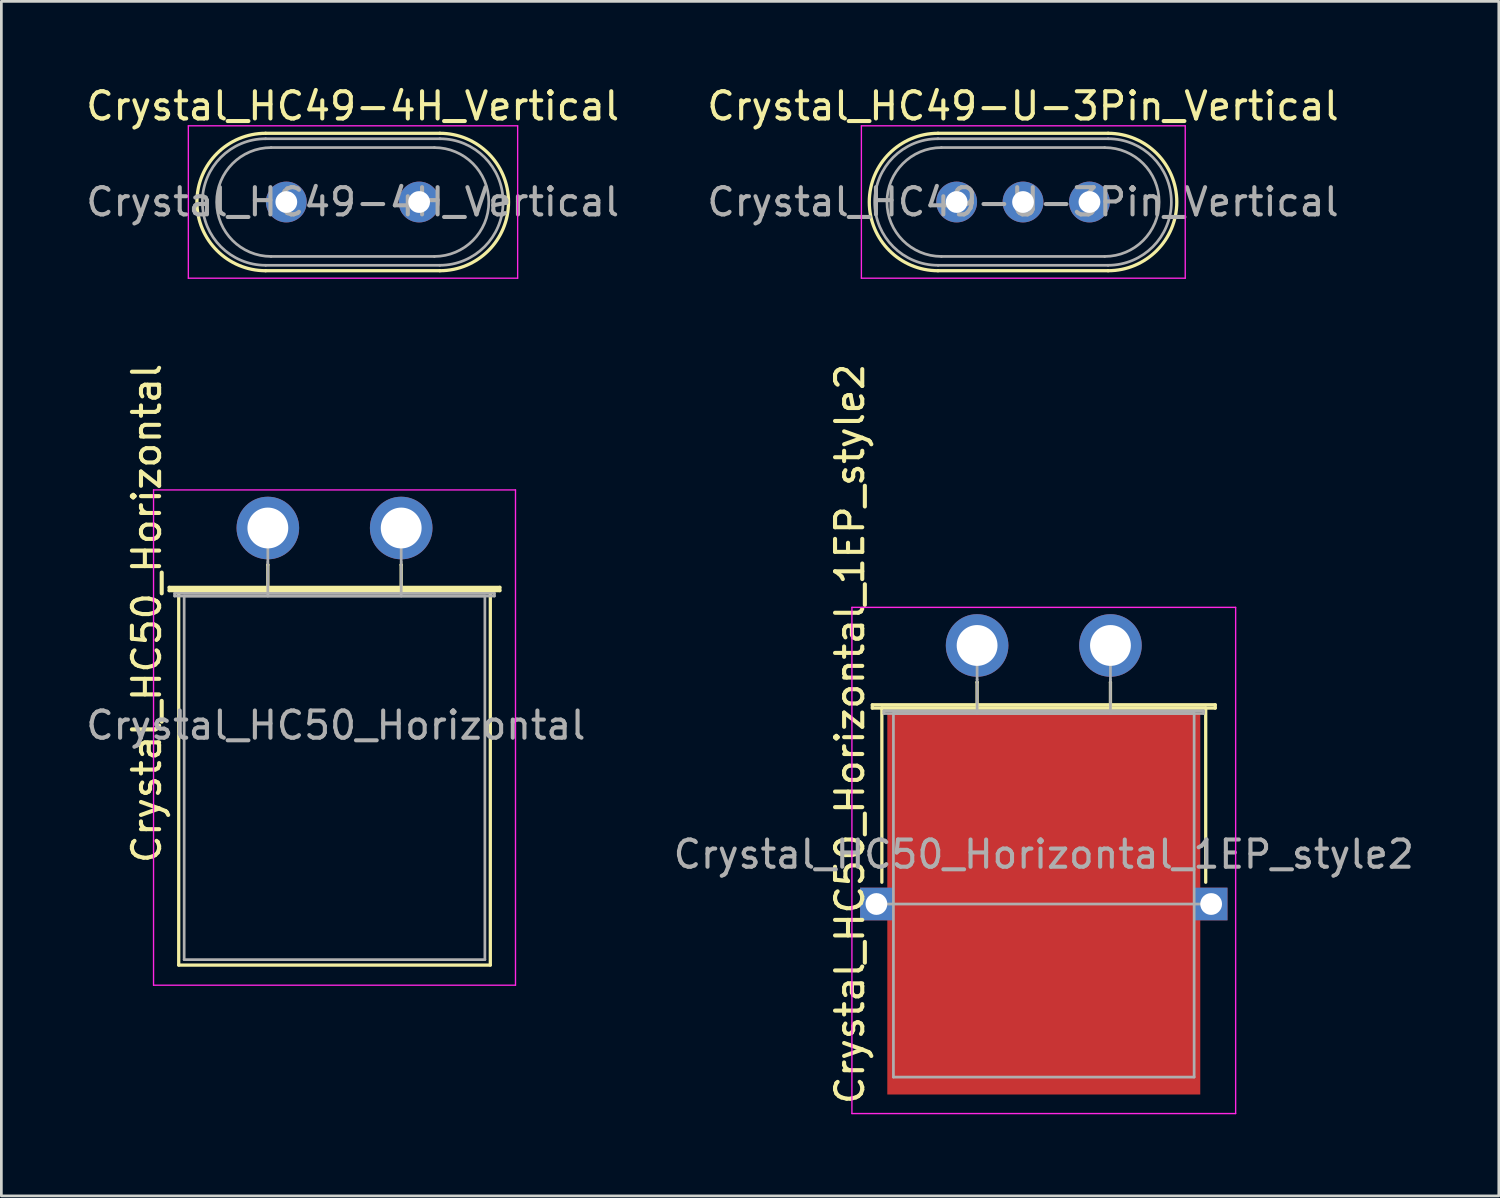
<source format=kicad_pcb>
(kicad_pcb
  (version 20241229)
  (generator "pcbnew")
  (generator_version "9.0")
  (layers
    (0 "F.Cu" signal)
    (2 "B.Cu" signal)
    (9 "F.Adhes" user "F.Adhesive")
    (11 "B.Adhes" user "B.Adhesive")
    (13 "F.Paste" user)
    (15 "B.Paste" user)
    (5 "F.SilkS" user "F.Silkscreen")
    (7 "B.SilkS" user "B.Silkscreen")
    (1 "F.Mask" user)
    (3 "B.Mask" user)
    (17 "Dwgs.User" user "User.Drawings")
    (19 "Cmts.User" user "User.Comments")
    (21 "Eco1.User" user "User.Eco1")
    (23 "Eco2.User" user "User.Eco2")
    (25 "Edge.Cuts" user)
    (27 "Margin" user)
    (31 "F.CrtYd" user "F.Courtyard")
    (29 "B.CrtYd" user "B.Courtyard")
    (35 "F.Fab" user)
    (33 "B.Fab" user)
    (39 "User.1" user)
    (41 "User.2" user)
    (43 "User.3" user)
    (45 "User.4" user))
  (footprint "Crystal_HC50_Horizontal_1EP_style2"
    (layer "F.Cu")
    (at 32.854 20.668)
    (property "Reference" "Crystal_HC50_Horizontal_1EP_style2" (at -4.675 3.25 90) (layer "F.SilkS") (effects (font (size 1 1) (thickness 0.15))))
    (attr through_hole)
    (fp_line (start -3.85 2.18) (end 8.75 2.18) (stroke (width 0.12) (type solid)) (layer "F.SilkS"))
    (fp_line (start -3.85 2.3) (end -3.85 2.18) (stroke (width 0.12) (type solid)) (layer "F.SilkS"))
    (fp_line (start -3.5 2.3) (end 8.4 2.3) (stroke (width 0.12) (type solid)) (layer "F.SilkS"))
    (fp_line (start -3.5 8.7) (end -3.5 2.3) (stroke (width 0.12) (type solid)) (layer "F.SilkS"))
    (fp_line (start 0 1.35) (end 0 1.35) (stroke (width 0.12) (type solid)) (layer "F.SilkS"))
    (fp_line (start 0 2.3) (end 0 1.35) (stroke (width 0.12) (type solid)) (layer "F.SilkS"))
    (fp_line (start 4.9 1.35) (end 4.9 1.35) (stroke (width 0.12) (type solid)) (layer "F.SilkS"))
    (fp_line (start 4.9 2.3) (end 4.9 1.35) (stroke (width 0.12) (type solid)) (layer "F.SilkS"))
    (fp_line (start 8.4 2.3) (end 8.4 8.7) (stroke (width 0.12) (type solid)) (layer "F.SilkS"))
    (fp_line (start 8.75 2.18) (end 8.75 2.3) (stroke (width 0.12) (type solid)) (layer "F.SilkS"))
    (fp_line (start 8.75 2.3) (end -3.85 2.3) (stroke (width 0.12) (type solid)) (layer "F.SilkS"))
    (fp_line (start -4.6 -1.4) (end -4.6 17.2) (stroke (width 0.05) (type solid)) (layer "F.CrtYd"))
    (fp_line (start -4.6 17.2) (end 9.5 17.2) (stroke (width 0.05) (type solid)) (layer "F.CrtYd"))
    (fp_line (start 9.5 -1.4) (end -4.6 -1.4) (stroke (width 0.05) (type solid)) (layer "F.CrtYd"))
    (fp_line (start 9.5 17.2) (end 9.5 -1.4) (stroke (width 0.05) (type solid)) (layer "F.CrtYd"))
    (fp_line (start -3.7 9.5) (end 8.6 9.5) (stroke (width 0.1) (type solid)) (layer "F.Fab"))
    (fp_line (start -3.425 2.4) (end 8.325 2.4) (stroke (width 0.1) (type solid)) (layer "F.Fab"))
    (fp_line (start -3.425 2.5) (end -3.425 2.4) (stroke (width 0.1) (type solid)) (layer "F.Fab"))
    (fp_line (start -3.075 2.5) (end -3.075 15.86) (stroke (width 0.1) (type solid)) (layer "F.Fab"))
    (fp_line (start -3.075 15.86) (end 7.975 15.86) (stroke (width 0.1) (type solid)) (layer "F.Fab"))
    (fp_line (start 0 1.25) (end 0 0) (stroke (width 0.1) (type solid)) (layer "F.Fab"))
    (fp_line (start 0 2.5) (end 0 1.25) (stroke (width 0.1) (type solid)) (layer "F.Fab"))
    (fp_line (start 4.9 1.25) (end 4.9 0) (stroke (width 0.1) (type solid)) (layer "F.Fab"))
    (fp_line (start 4.9 2.5) (end 4.9 1.25) (stroke (width 0.1) (type solid)) (layer "F.Fab"))
    (fp_line (start 7.975 2.5) (end -3.075 2.5) (stroke (width 0.1) (type solid)) (layer "F.Fab"))
    (fp_line (start 7.975 15.86) (end 7.975 2.5) (stroke (width 0.1) (type solid)) (layer "F.Fab"))
    (fp_line (start 8.325 2.4) (end 8.325 2.5) (stroke (width 0.1) (type solid)) (layer "F.Fab"))
    (fp_line (start 8.325 2.5) (end -3.425 2.5) (stroke (width 0.1) (type solid)) (layer "F.Fab"))
    (fp_text user "${REFERENCE}" (at 2.45 7.675 0) (layer "F.Fab") (effects (font (size 1 1) (thickness 0.15))))
    (pad "1" thru_hole circle (at 0 0) (size 2.3 2.3) (drill 1.5) (layers "*.Cu" "*.Mask"))
    (pad "2" thru_hole circle (at 4.9 0) (size 2.3 2.3) (drill 1.5) (layers "*.Cu" "*.Mask"))
    (pad "3" thru_hole rect (at -3.7 9.5) (size 1.2 1.2) (drill 0.8) (layers "*.Cu" "*.Mask"))
    (pad "3" smd rect (at 2.45 9.5) (size 11.5 14) (layers "F.Cu" "F.Mask" "F.Paste"))
    (pad "3" thru_hole rect (at 8.6 9.5) (size 1.2 1.2) (drill 0.8) (layers "*.Cu" "*.Mask")))
  (footprint "Crystal_HC49-4H_Vertical"
    (layer "F.Cu")
    (at 7.471 4.373)
    (property "Reference" "Crystal_HC49-4H_Vertical" (at 2.44 -3.525 0) (layer "F.SilkS") (effects (font (size 1 1) (thickness 0.15))))
    (attr through_hole)
    (fp_line (start -0.76 -2.525) (end 5.64 -2.525) (stroke (width 0.12) (type solid)) (layer "F.SilkS"))
    (fp_line (start -0.76 2.525) (end 5.64 2.525) (stroke (width 0.12) (type solid)) (layer "F.SilkS"))
    (fp_arc (start -0.76 2.525) (mid -3.285 0) (end -0.76 -2.525) (stroke (width 0.12) (type solid)) (layer "F.SilkS"))
    (fp_arc (start 5.64 -2.525) (mid 8.165 0) (end 5.64 2.525) (stroke (width 0.12) (type solid)) (layer "F.SilkS"))
    (fp_line (start -3.6 -2.8) (end -3.6 2.8) (stroke (width 0.05) (type solid)) (layer "F.CrtYd"))
    (fp_line (start -3.6 2.8) (end 8.5 2.8) (stroke (width 0.05) (type solid)) (layer "F.CrtYd"))
    (fp_line (start 8.5 -2.8) (end -3.6 -2.8) (stroke (width 0.05) (type solid)) (layer "F.CrtYd"))
    (fp_line (start 8.5 2.8) (end 8.5 -2.8) (stroke (width 0.05) (type solid)) (layer "F.CrtYd"))
    (fp_line (start -0.76 -2.325) (end 5.64 -2.325) (stroke (width 0.1) (type solid)) (layer "F.Fab"))
    (fp_line (start -0.76 2.325) (end 5.64 2.325) (stroke (width 0.1) (type solid)) (layer "F.Fab"))
    (fp_line (start -0.56 -2) (end 5.44 -2) (stroke (width 0.1) (type solid)) (layer "F.Fab"))
    (fp_line (start -0.56 2) (end 5.44 2) (stroke (width 0.1) (type solid)) (layer "F.Fab"))
    (fp_arc (start -0.76 2.325) (mid -3.085 0) (end -0.76 -2.325) (stroke (width 0.1) (type solid)) (layer "F.Fab"))
    (fp_arc (start -0.56 2) (mid -2.56 0) (end -0.56 -2) (stroke (width 0.1) (type solid)) (layer "F.Fab"))
    (fp_arc (start 5.44 -2) (mid 7.44 0) (end 5.44 2) (stroke (width 0.1) (type solid)) (layer "F.Fab"))
    (fp_arc (start 5.64 -2.325) (mid 7.965 0) (end 5.64 2.325) (stroke (width 0.1) (type solid)) (layer "F.Fab"))
    (fp_text user "${REFERENCE}" (at 2.44 0 0) (layer "F.Fab") (effects (font (size 1 1) (thickness 0.15))))
    (pad "1" thru_hole circle (at 0 0) (size 1.5 1.5) (drill 0.8) (layers "*.Cu" "*.Mask"))
    (pad "2" thru_hole circle (at 4.88 0) (size 1.5 1.5) (drill 0.8) (layers "*.Cu" "*.Mask")))
  (footprint "Crystal_HC50_Horizontal"
    (layer "F.Cu")
    (at 6.792 16.352)
    (property "Reference" "Crystal_HC50_Horizontal" (at -4.45 3.138 90) (layer "F.SilkS") (effects (font (size 1 1) (thickness 0.15))))
    (attr through_hole)
    (fp_line (start -3.625 2.18) (end 8.525 2.18) (stroke (width 0.12) (type solid)) (layer "F.SilkS"))
    (fp_line (start -3.625 2.3) (end -3.625 2.18) (stroke (width 0.12) (type solid)) (layer "F.SilkS"))
    (fp_line (start -3.275 2.3) (end -3.275 16.06) (stroke (width 0.12) (type solid)) (layer "F.SilkS"))
    (fp_line (start -3.275 16.06) (end 8.175 16.06) (stroke (width 0.12) (type solid)) (layer "F.SilkS"))
    (fp_line (start 0 1.35) (end 0 1.35) (stroke (width 0.12) (type solid)) (layer "F.SilkS"))
    (fp_line (start 0 2.3) (end 0 1.35) (stroke (width 0.12) (type solid)) (layer "F.SilkS"))
    (fp_line (start 4.9 1.35) (end 4.9 1.35) (stroke (width 0.12) (type solid)) (layer "F.SilkS"))
    (fp_line (start 4.9 2.3) (end 4.9 1.35) (stroke (width 0.12) (type solid)) (layer "F.SilkS"))
    (fp_line (start 8.175 2.3) (end -3.275 2.3) (stroke (width 0.12) (type solid)) (layer "F.SilkS"))
    (fp_line (start 8.175 16.06) (end 8.175 2.3) (stroke (width 0.12) (type solid)) (layer "F.SilkS"))
    (fp_line (start 8.525 2.18) (end 8.525 2.3) (stroke (width 0.12) (type solid)) (layer "F.SilkS"))
    (fp_line (start 8.525 2.3) (end -3.625 2.3) (stroke (width 0.12) (type solid)) (layer "F.SilkS"))
    (fp_line (start -4.2 -1.4) (end -4.2 16.8) (stroke (width 0.05) (type solid)) (layer "F.CrtYd"))
    (fp_line (start -4.2 16.8) (end 9.1 16.8) (stroke (width 0.05) (type solid)) (layer "F.CrtYd"))
    (fp_line (start 9.1 -1.4) (end -4.2 -1.4) (stroke (width 0.05) (type solid)) (layer "F.CrtYd"))
    (fp_line (start 9.1 16.8) (end 9.1 -1.4) (stroke (width 0.05) (type solid)) (layer "F.CrtYd"))
    (fp_line (start -3.425 2.4) (end 8.325 2.4) (stroke (width 0.1) (type solid)) (layer "F.Fab"))
    (fp_line (start -3.425 2.5) (end -3.425 2.4) (stroke (width 0.1) (type solid)) (layer "F.Fab"))
    (fp_line (start -3.075 2.5) (end -3.075 15.86) (stroke (width 0.1) (type solid)) (layer "F.Fab"))
    (fp_line (start -3.075 15.86) (end 7.975 15.86) (stroke (width 0.1) (type solid)) (layer "F.Fab"))
    (fp_line (start 0 1.25) (end 0 0) (stroke (width 0.1) (type solid)) (layer "F.Fab"))
    (fp_line (start 0 2.5) (end 0 1.25) (stroke (width 0.1) (type solid)) (layer "F.Fab"))
    (fp_line (start 4.9 1.25) (end 4.9 0) (stroke (width 0.1) (type solid)) (layer "F.Fab"))
    (fp_line (start 4.9 2.5) (end 4.9 1.25) (stroke (width 0.1) (type solid)) (layer "F.Fab"))
    (fp_line (start 7.975 2.5) (end -3.075 2.5) (stroke (width 0.1) (type solid)) (layer "F.Fab"))
    (fp_line (start 7.975 15.86) (end 7.975 2.5) (stroke (width 0.1) (type solid)) (layer "F.Fab"))
    (fp_line (start 8.325 2.4) (end 8.325 2.5) (stroke (width 0.1) (type solid)) (layer "F.Fab"))
    (fp_line (start 8.325 2.5) (end -3.425 2.5) (stroke (width 0.1) (type solid)) (layer "F.Fab"))
    (fp_text user "${REFERENCE}" (at 2.5 7.25 0) (layer "F.Fab") (effects (font (size 1 1) (thickness 0.15))))
    (pad "1" thru_hole circle (at 0 0) (size 2.3 2.3) (drill 1.5) (layers "*.Cu" "*.Mask"))
    (pad "2" thru_hole circle (at 4.9 0) (size 2.3 2.3) (drill 1.5) (layers "*.Cu" "*.Mask")))
  (footprint "Crystal_HC49-U-3Pin_Vertical"
    (layer "F.Cu")
    (at 32.102 4.373)
    (property "Reference" "Crystal_HC49-U-3Pin_Vertical" (at 2.44 -3.525 0) (layer "F.SilkS") (effects (font (size 1 1) (thickness 0.15))))
    (attr through_hole)
    (fp_line (start -0.685 -2.525) (end 5.565 -2.525) (stroke (width 0.12) (type solid)) (layer "F.SilkS"))
    (fp_line (start -0.685 2.525) (end 5.565 2.525) (stroke (width 0.12) (type solid)) (layer "F.SilkS"))
    (fp_arc (start -0.685 2.525) (mid -3.21 0) (end -0.685 -2.525) (stroke (width 0.12) (type solid)) (layer "F.SilkS"))
    (fp_arc (start 5.565 -2.525) (mid 8.09 0) (end 5.565 2.525) (stroke (width 0.12) (type solid)) (layer "F.SilkS"))
    (fp_line (start -3.5 -2.8) (end -3.5 2.8) (stroke (width 0.05) (type solid)) (layer "F.CrtYd"))
    (fp_line (start -3.5 2.8) (end 8.4 2.8) (stroke (width 0.05) (type solid)) (layer "F.CrtYd"))
    (fp_line (start 8.4 -2.8) (end -3.5 -2.8) (stroke (width 0.05) (type solid)) (layer "F.CrtYd"))
    (fp_line (start 8.4 2.8) (end 8.4 -2.8) (stroke (width 0.05) (type solid)) (layer "F.CrtYd"))
    (fp_line (start -0.685 -2.325) (end 5.565 -2.325) (stroke (width 0.1) (type solid)) (layer "F.Fab"))
    (fp_line (start -0.685 2.325) (end 5.565 2.325) (stroke (width 0.1) (type solid)) (layer "F.Fab"))
    (fp_line (start -0.56 -2) (end 5.44 -2) (stroke (width 0.1) (type solid)) (layer "F.Fab"))
    (fp_line (start -0.56 2) (end 5.44 2) (stroke (width 0.1) (type solid)) (layer "F.Fab"))
    (fp_arc (start -0.685 2.325) (mid -3.01 0) (end -0.685 -2.325) (stroke (width 0.1) (type solid)) (layer "F.Fab"))
    (fp_arc (start -0.56 2) (mid -2.56 0) (end -0.56 -2) (stroke (width 0.1) (type solid)) (layer "F.Fab"))
    (fp_arc (start 5.44 -2) (mid 7.44 0) (end 5.44 2) (stroke (width 0.1) (type solid)) (layer "F.Fab"))
    (fp_arc (start 5.565 -2.325) (mid 7.89 0) (end 5.565 2.325) (stroke (width 0.1) (type solid)) (layer "F.Fab"))
    (fp_text user "${REFERENCE}" (at 2.44 0 0) (layer "F.Fab") (effects (font (size 1 1) (thickness 0.15))))
    (pad "1" thru_hole circle (at 0 0) (size 1.5 1.5) (drill 0.8) (layers "*.Cu" "*.Mask"))
    (pad "2" thru_hole circle (at 2.44 0) (size 1.5 1.5) (drill 0.8) (layers "*.Cu" "*.Mask"))
    (pad "3" thru_hole circle (at 4.88 0) (size 1.5 1.5) (drill 0.8) (layers "*.Cu" "*.Mask")))
  (gr_rect
    (start -3 -3)
    (end 52.024 40.893)
    (stroke (width 0.1) (type default))
    (fill no)
    (layer "Edge.Cuts")))
</source>
